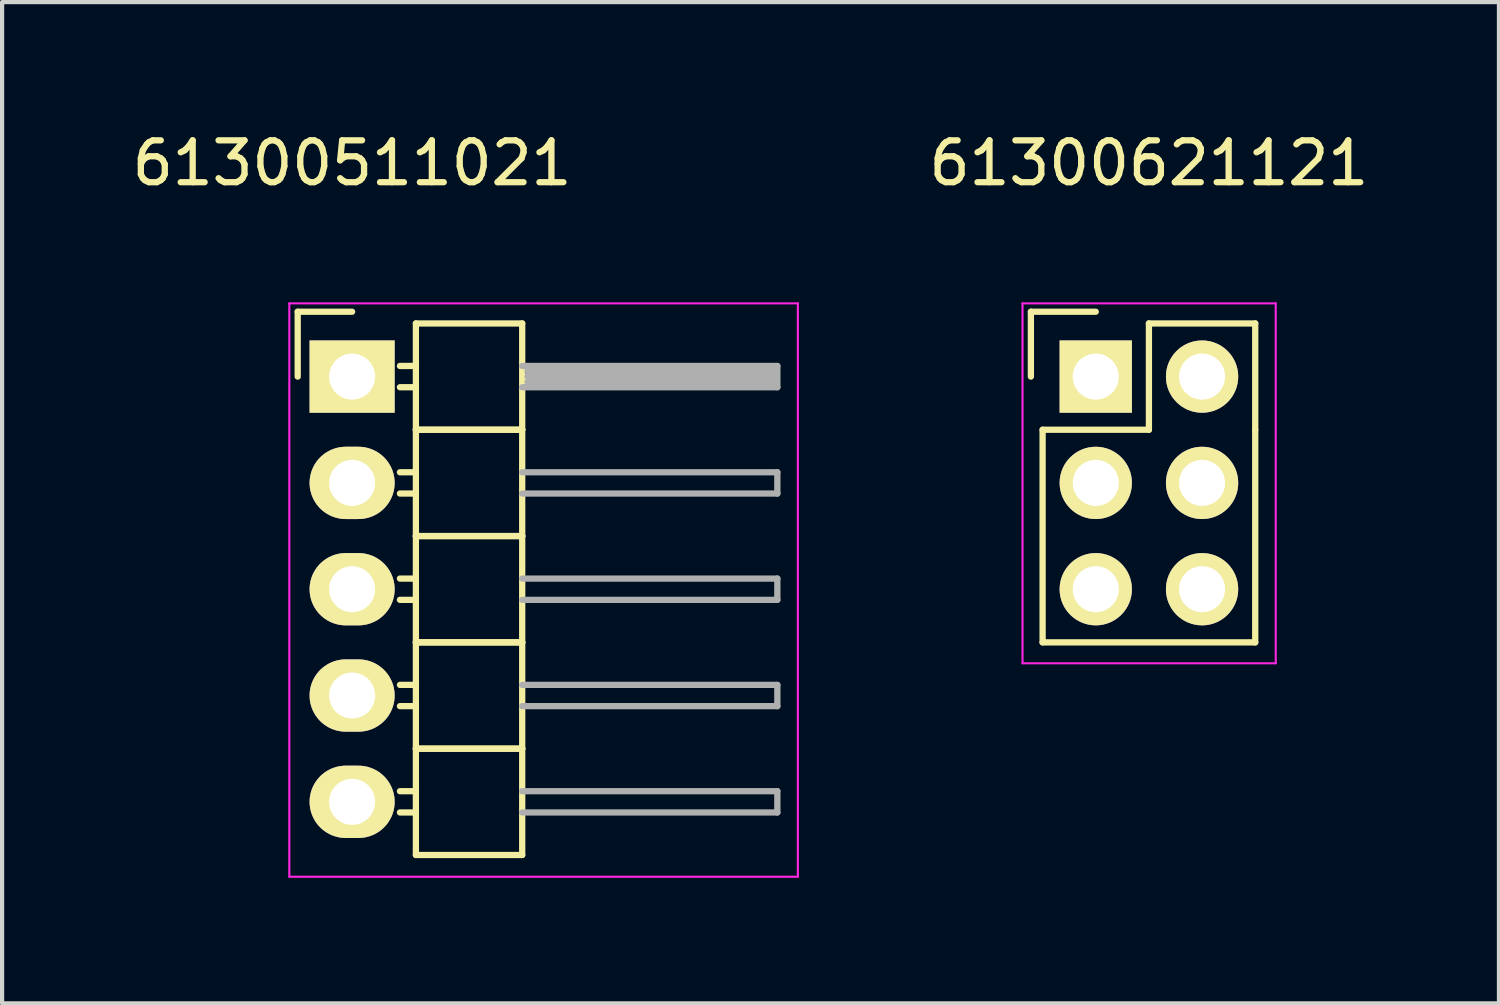
<source format=kicad_pcb>
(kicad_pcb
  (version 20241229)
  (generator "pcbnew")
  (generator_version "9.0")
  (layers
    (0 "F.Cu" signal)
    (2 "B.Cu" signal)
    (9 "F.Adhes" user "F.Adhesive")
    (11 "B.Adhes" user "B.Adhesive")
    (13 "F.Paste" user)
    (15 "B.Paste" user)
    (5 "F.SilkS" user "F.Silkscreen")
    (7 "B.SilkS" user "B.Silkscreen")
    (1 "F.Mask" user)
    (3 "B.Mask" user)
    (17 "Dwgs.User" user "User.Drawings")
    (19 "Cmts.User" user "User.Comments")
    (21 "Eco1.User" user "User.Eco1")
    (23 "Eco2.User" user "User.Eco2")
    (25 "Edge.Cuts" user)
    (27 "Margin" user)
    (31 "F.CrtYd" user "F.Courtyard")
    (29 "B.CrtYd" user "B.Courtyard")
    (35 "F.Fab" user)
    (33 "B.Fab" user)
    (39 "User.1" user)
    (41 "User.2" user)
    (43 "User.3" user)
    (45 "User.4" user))
  (footprint "61300511021"
    (layer "F.Cu")
    (at 5.363 11.028)
    (property "Reference" "61300511021" (at 0 -10.18 0) (layer "F.SilkS") (effects (font (size 1 1) (thickness 0.15))))
    (attr through_hole)
    (fp_line (start -1.3 -6.63) (end -1.3 -5.08) (stroke (width 0.15) (type solid)) (layer "F.SilkS"))
    (fp_line (start 0 -6.63) (end -1.3 -6.63) (stroke (width 0.15) (type solid)) (layer "F.SilkS"))
    (fp_line (start 1.524 -6.35) (end 1.524 -3.81) (stroke (width 0.15) (type solid)) (layer "F.SilkS"))
    (fp_line (start 1.524 -6.35) (end 4.064 -6.35) (stroke (width 0.15) (type solid)) (layer "F.SilkS"))
    (fp_line (start 1.524 -5.334) (end 1.143 -5.334) (stroke (width 0.15) (type solid)) (layer "F.SilkS"))
    (fp_line (start 1.524 -4.826) (end 1.143 -4.826) (stroke (width 0.15) (type solid)) (layer "F.SilkS"))
    (fp_line (start 1.524 -3.81) (end 1.524 -1.27) (stroke (width 0.15) (type solid)) (layer "F.SilkS"))
    (fp_line (start 1.524 -3.81) (end 4.064 -3.81) (stroke (width 0.15) (type solid)) (layer "F.SilkS"))
    (fp_line (start 1.524 -3.81) (end 4.064 -3.81) (stroke (width 0.15) (type solid)) (layer "F.SilkS"))
    (fp_line (start 1.524 -2.794) (end 1.143 -2.794) (stroke (width 0.15) (type solid)) (layer "F.SilkS"))
    (fp_line (start 1.524 -2.286) (end 1.143 -2.286) (stroke (width 0.15) (type solid)) (layer "F.SilkS"))
    (fp_line (start 1.524 -1.27) (end 1.524 1.27) (stroke (width 0.15) (type solid)) (layer "F.SilkS"))
    (fp_line (start 1.524 -1.27) (end 4.064 -1.27) (stroke (width 0.15) (type solid)) (layer "F.SilkS"))
    (fp_line (start 1.524 -1.27) (end 4.064 -1.27) (stroke (width 0.15) (type solid)) (layer "F.SilkS"))
    (fp_line (start 1.524 -0.254) (end 1.143 -0.254) (stroke (width 0.15) (type solid)) (layer "F.SilkS"))
    (fp_line (start 1.524 0.254) (end 1.143 0.254) (stroke (width 0.15) (type solid)) (layer "F.SilkS"))
    (fp_line (start 1.524 1.27) (end 1.524 3.81) (stroke (width 0.15) (type solid)) (layer "F.SilkS"))
    (fp_line (start 1.524 1.27) (end 4.064 1.27) (stroke (width 0.15) (type solid)) (layer "F.SilkS"))
    (fp_line (start 1.524 1.27) (end 4.064 1.27) (stroke (width 0.15) (type solid)) (layer "F.SilkS"))
    (fp_line (start 1.524 2.286) (end 1.143 2.286) (stroke (width 0.15) (type solid)) (layer "F.SilkS"))
    (fp_line (start 1.524 2.794) (end 1.143 2.794) (stroke (width 0.15) (type solid)) (layer "F.SilkS"))
    (fp_line (start 1.524 3.81) (end 1.524 6.35) (stroke (width 0.15) (type solid)) (layer "F.SilkS"))
    (fp_line (start 1.524 3.81) (end 4.064 3.81) (stroke (width 0.15) (type solid)) (layer "F.SilkS"))
    (fp_line (start 1.524 3.81) (end 4.064 3.81) (stroke (width 0.15) (type solid)) (layer "F.SilkS"))
    (fp_line (start 1.524 4.826) (end 1.143 4.826) (stroke (width 0.15) (type solid)) (layer "F.SilkS"))
    (fp_line (start 1.524 5.334) (end 1.143 5.334) (stroke (width 0.15) (type solid)) (layer "F.SilkS"))
    (fp_line (start 1.524 6.35) (end 4.064 6.35) (stroke (width 0.15) (type solid)) (layer "F.SilkS"))
    (fp_line (start 4.064 -3.81) (end 4.064 -6.35) (stroke (width 0.15) (type solid)) (layer "F.SilkS"))
    (fp_line (start 4.064 -1.27) (end 4.064 -3.81) (stroke (width 0.15) (type solid)) (layer "F.SilkS"))
    (fp_line (start 4.064 1.27) (end 4.064 -1.27) (stroke (width 0.15) (type solid)) (layer "F.SilkS"))
    (fp_line (start 4.064 3.81) (end 4.064 1.27) (stroke (width 0.15) (type solid)) (layer "F.SilkS"))
    (fp_line (start 4.064 6.35) (end 4.064 3.81) (stroke (width 0.15) (type solid)) (layer "F.SilkS"))
    (fp_line (start 4.191 -4.953) (end 4.191 -5.08) (stroke (width 0.15) (type solid)) (layer "F.SilkS"))
    (fp_line (start 10.033 -5.207) (end 10.033 -4.953) (stroke (width 0.15) (type solid)) (layer "F.SilkS"))
    (fp_line (start -1.5 -6.83) (end -1.5 6.87) (stroke (width 0.05) (type solid)) (layer "F.CrtYd"))
    (fp_line (start -1.5 -6.83) (end 10.65 -6.83) (stroke (width 0.05) (type solid)) (layer "F.CrtYd"))
    (fp_line (start -1.5 6.87) (end 10.65 6.87) (stroke (width 0.05) (type solid)) (layer "F.CrtYd"))
    (fp_line (start 10.65 -6.83) (end 10.65 6.87) (stroke (width 0.05) (type solid)) (layer "F.CrtYd"))
    (fp_line (start 4.064 -5.334) (end 10.16 -5.334) (stroke (width 0.15) (type solid)) (layer "F.Fab"))
    (fp_line (start 4.064 -2.794) (end 10.16 -2.794) (stroke (width 0.15) (type solid)) (layer "F.Fab"))
    (fp_line (start 4.064 -0.254) (end 10.16 -0.254) (stroke (width 0.15) (type solid)) (layer "F.Fab"))
    (fp_line (start 4.064 2.286) (end 10.16 2.286) (stroke (width 0.15) (type solid)) (layer "F.Fab"))
    (fp_line (start 4.064 4.826) (end 10.16 4.826) (stroke (width 0.15) (type solid)) (layer "F.Fab"))
    (fp_line (start 4.191 -5.207) (end 10.033 -5.207) (stroke (width 0.15) (type solid)) (layer "F.Fab"))
    (fp_line (start 4.191 -5.08) (end 10.033 -5.08) (stroke (width 0.15) (type solid)) (layer "F.Fab"))
    (fp_line (start 10.033 -4.953) (end 4.191 -4.953) (stroke (width 0.15) (type solid)) (layer "F.Fab"))
    (fp_line (start 10.16 -5.334) (end 10.16 -4.826) (stroke (width 0.15) (type solid)) (layer "F.Fab"))
    (fp_line (start 10.16 -4.826) (end 4.064 -4.826) (stroke (width 0.15) (type solid)) (layer "F.Fab"))
    (fp_line (start 10.16 -2.794) (end 10.16 -2.286) (stroke (width 0.15) (type solid)) (layer "F.Fab"))
    (fp_line (start 10.16 -2.286) (end 4.064 -2.286) (stroke (width 0.15) (type solid)) (layer "F.Fab"))
    (fp_line (start 10.16 -0.254) (end 10.16 0.254) (stroke (width 0.15) (type solid)) (layer "F.Fab"))
    (fp_line (start 10.16 0.254) (end 4.064 0.254) (stroke (width 0.15) (type solid)) (layer "F.Fab"))
    (fp_line (start 10.16 2.286) (end 10.16 2.794) (stroke (width 0.15) (type solid)) (layer "F.Fab"))
    (fp_line (start 10.16 2.794) (end 4.064 2.794) (stroke (width 0.15) (type solid)) (layer "F.Fab"))
    (fp_line (start 10.16 4.826) (end 10.16 5.334) (stroke (width 0.15) (type solid)) (layer "F.Fab"))
    (fp_line (start 10.16 5.334) (end 4.064 5.334) (stroke (width 0.15) (type solid)) (layer "F.Fab"))
    (pad "1" thru_hole rect (at 0 -5.08) (size 2.032 1.727) (drill 1.1) (layers "*.Cu" "*.Mask" "F.SilkS"))
    (pad "2" thru_hole oval (at 0 -2.54) (size 2.032 1.727) (drill 1.1) (layers "*.Cu" "*.Mask" "F.SilkS"))
    (pad "3" thru_hole oval (at 0 0) (size 2.032 1.727) (drill 1.1) (layers "*.Cu" "*.Mask" "F.SilkS"))
    (pad "4" thru_hole oval (at 0 2.54) (size 2.032 1.727) (drill 1.1) (layers "*.Cu" "*.Mask" "F.SilkS"))
    (pad "5" thru_hole oval (at 0 5.08) (size 2.032 1.727) (drill 1.1) (layers "*.Cu" "*.Mask" "F.SilkS")))
  (footprint "61300621121"
    (layer "F.Cu")
    (at 24.401 8.488)
    (property "Reference" "61300621121" (at 0 -7.64 0) (layer "F.SilkS") (effects (font (size 1 1) (thickness 0.15))))
    (attr through_hole)
    (fp_line (start -2.82 -4.09) (end -2.82 -2.54) (stroke (width 0.15) (type solid)) (layer "F.SilkS"))
    (fp_line (start -2.82 -4.09) (end -1.27 -4.09) (stroke (width 0.15) (type solid)) (layer "F.SilkS"))
    (fp_line (start -2.54 -1.27) (end -2.54 3.81) (stroke (width 0.15) (type solid)) (layer "F.SilkS"))
    (fp_line (start -2.54 3.81) (end 2.54 3.81) (stroke (width 0.15) (type solid)) (layer "F.SilkS"))
    (fp_line (start 0 -3.81) (end 0 -1.27) (stroke (width 0.15) (type solid)) (layer "F.SilkS"))
    (fp_line (start 0 -1.27) (end -2.54 -1.27) (stroke (width 0.15) (type solid)) (layer "F.SilkS"))
    (fp_line (start 2.54 -3.81) (end 0 -3.81) (stroke (width 0.15) (type solid)) (layer "F.SilkS"))
    (fp_line (start 2.54 -1.27) (end 2.54 -3.81) (stroke (width 0.15) (type solid)) (layer "F.SilkS"))
    (fp_line (start 2.54 3.81) (end 2.54 -1.27) (stroke (width 0.15) (type solid)) (layer "F.SilkS"))
    (fp_line (start -3.02 -4.29) (end -3.02 4.31) (stroke (width 0.05) (type solid)) (layer "F.CrtYd"))
    (fp_line (start -3.02 -4.29) (end 3.03 -4.29) (stroke (width 0.05) (type solid)) (layer "F.CrtYd"))
    (fp_line (start -3.02 4.31) (end 3.03 4.31) (stroke (width 0.05) (type solid)) (layer "F.CrtYd"))
    (fp_line (start 3.03 -4.29) (end 3.03 4.31) (stroke (width 0.05) (type solid)) (layer "F.CrtYd"))
    (pad "1" thru_hole rect (at -1.27 -2.54) (size 1.727 1.727) (drill 1.1) (layers "*.Cu" "*.Mask" "F.SilkS"))
    (pad "2" thru_hole oval (at 1.27 -2.54) (size 1.727 1.727) (drill 1.1) (layers "*.Cu" "*.Mask" "F.SilkS"))
    (pad "3" thru_hole oval (at -1.27 0) (size 1.727 1.727) (drill 1.1) (layers "*.Cu" "*.Mask" "F.SilkS"))
    (pad "4" thru_hole oval (at 1.27 0) (size 1.727 1.727) (drill 1.1) (layers "*.Cu" "*.Mask" "F.SilkS"))
    (pad "5" thru_hole oval (at -1.27 2.54) (size 1.727 1.727) (drill 1.1) (layers "*.Cu" "*.Mask" "F.SilkS"))
    (pad "6" thru_hole oval (at 1.27 2.54) (size 1.727 1.727) (drill 1.1) (layers "*.Cu" "*.Mask" "F.SilkS")))
  (gr_rect
    (start -3 -3)
    (end 32.764 20.923)
    (stroke (width 0.1) (type default))
    (fill no)
    (layer "Edge.Cuts")))
</source>
